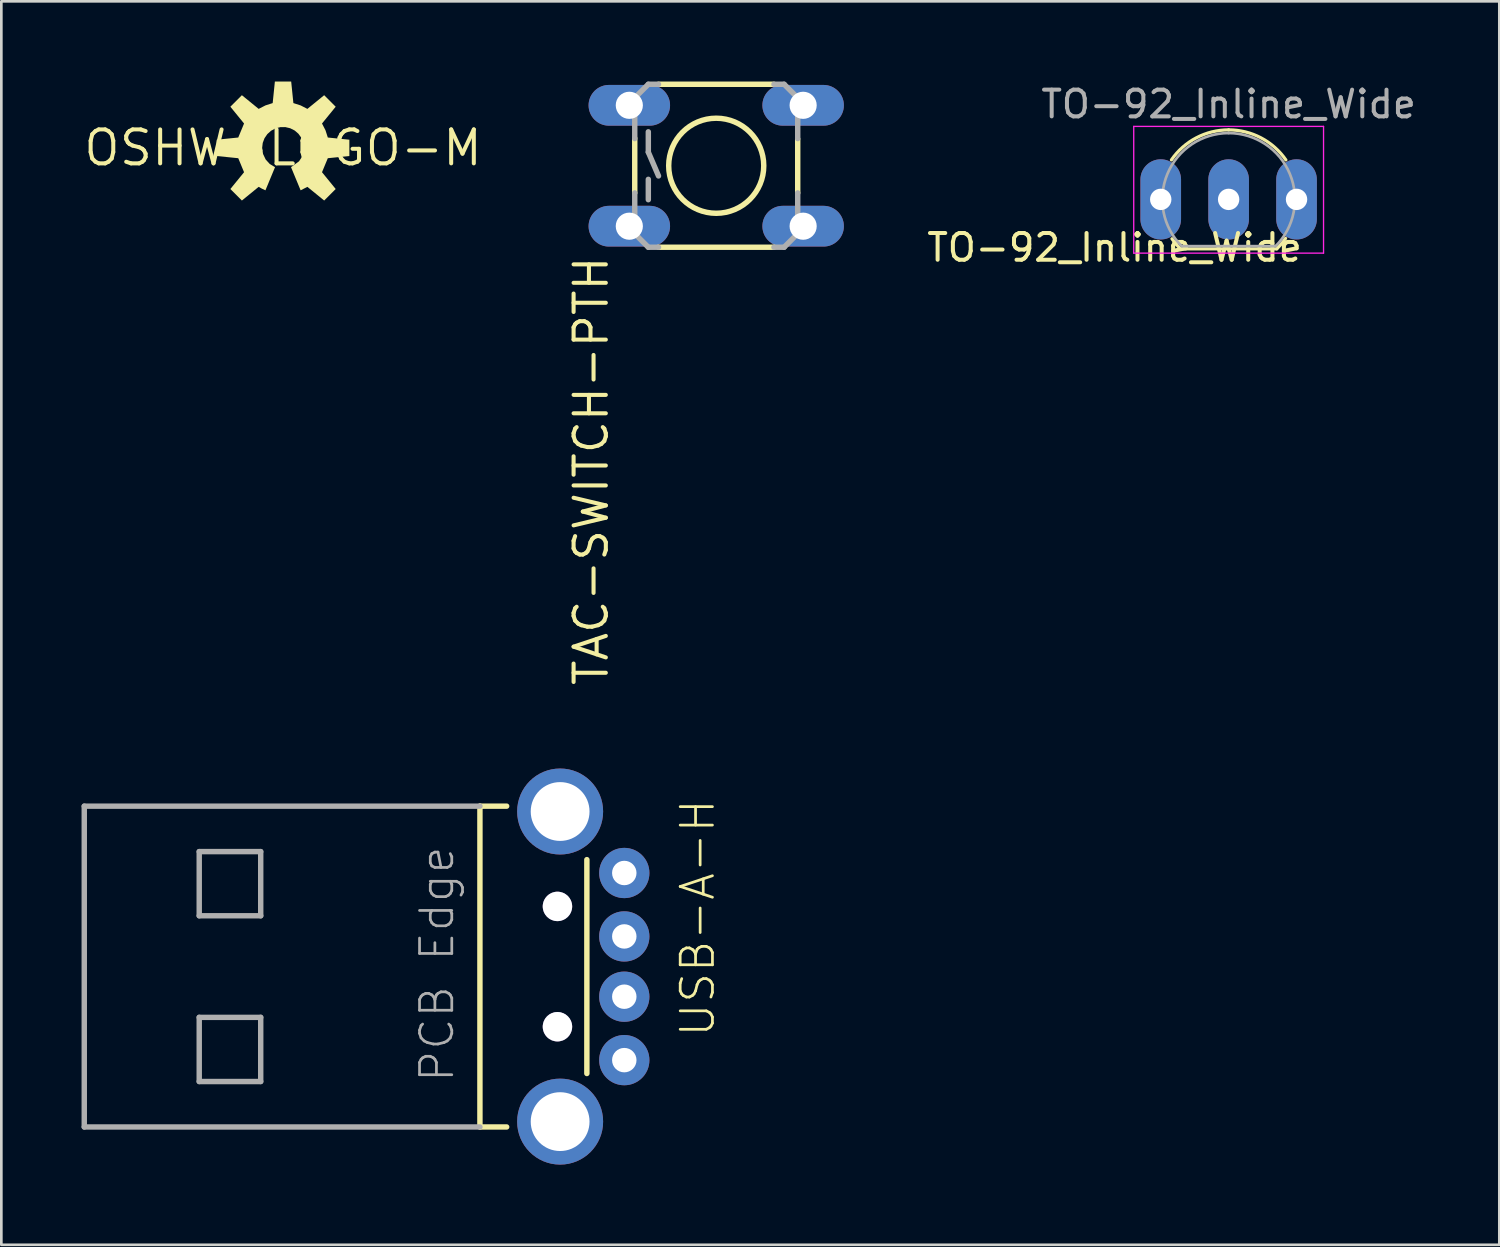
<source format=kicad_pcb>
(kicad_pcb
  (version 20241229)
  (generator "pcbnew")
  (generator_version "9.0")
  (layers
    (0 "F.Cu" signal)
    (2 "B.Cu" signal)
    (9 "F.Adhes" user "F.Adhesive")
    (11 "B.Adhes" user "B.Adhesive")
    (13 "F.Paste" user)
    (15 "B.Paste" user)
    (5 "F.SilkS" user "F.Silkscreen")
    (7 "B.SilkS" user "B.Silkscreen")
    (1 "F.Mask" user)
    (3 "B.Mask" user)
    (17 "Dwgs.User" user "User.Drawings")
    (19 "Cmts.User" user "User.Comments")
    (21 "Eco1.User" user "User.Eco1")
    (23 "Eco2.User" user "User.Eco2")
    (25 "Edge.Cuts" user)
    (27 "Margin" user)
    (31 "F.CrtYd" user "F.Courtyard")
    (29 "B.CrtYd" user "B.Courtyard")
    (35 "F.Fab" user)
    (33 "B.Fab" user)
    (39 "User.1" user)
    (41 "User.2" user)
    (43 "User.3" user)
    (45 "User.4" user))
  (footprint "OSHW-LOGO-M"
    (layer "F.Cu")
    (at 7.537 2.481)
    (property "Reference" "OSHW-LOGO-M" (at 0 0 0) (layer "F.SilkS") (effects (font (size 1.27 1.27) (thickness 0.15))))
    (attr through_hole)
    (fp_poly (pts (xy 0.658 1.588) (xy 0.911 1.458) (xy 1.539 1.97) (xy 1.97 1.539) (xy 1.458 0.911) (xy 1.675 0.387) (xy 2.481 0.305) (xy 2.481 -0.305) (xy 1.675 -0.387) (xy 1.588 -0.658) (xy 1.458 -0.911) (xy 1.97 -1.539) (xy 1.539 -1.97) (xy 0.911 -1.458) (xy 0.658 -1.588) (xy 0.387 -1.675) (xy 0.305 -2.481) (xy -0.305 -2.481) (xy -0.387 -1.675) (xy -0.658 -1.588) (xy -0.911 -1.458) (xy -1.539 -1.97) (xy -1.97 -1.539) (xy -1.458 -0.911) (xy -1.675 -0.387) (xy -2.481 -0.305) (xy -2.481 0.305) (xy -1.675 0.387) (xy -1.458 0.911) (xy -1.97 1.539) (xy -1.539 1.97) (xy -0.911 1.458) (xy -0.787 1.528) (xy -0.658 1.588) (xy -0.299 0.722) (xy -0.496 0.604) (xy -0.65 0.434) (xy -0.748 0.227) (xy -0.781 0) (xy -0.759 -0.186) (xy -0.693 -0.361) (xy -0.587 -0.515) (xy -0.448 -0.64) (xy -0.283 -0.728) (xy -0.102 -0.775) (xy 0.085 -0.777) (xy 0.267 -0.734) (xy 0.434 -0.65) (xy 0.576 -0.528) (xy 0.685 -0.376) (xy 0.755 -0.202) (xy 0.781 -0.017) (xy 0.763 0.169) (xy 0.701 0.346) (xy 0.599 0.502) (xy 0.299 0.722)) (stroke (width 0) (type solid)) (fill yes) (layer "F.SilkS")))
  (footprint "TAC-SWITCH-PTH"
    (layer "F.Cu")
    (at 23.741 3.15)
    (property "Reference" "TAC-SWITCH-PTH" (at -5.385 3.302 270) (layer "F.SilkS") (effects (font (size 1.206 1.206) (thickness 0.152)) (justify right top)))
    (attr through_hole)
    (fp_line (start -3.048 -1.028) (end -3.048 1.016) (stroke (width 0.203) (type solid)) (layer "F.SilkS"))
    (fp_line (start -2.159 3.048) (end 2.159 3.048) (stroke (width 0.203) (type solid)) (layer "F.SilkS"))
    (fp_line (start 2.159 -3.048) (end -2.159 -3.048) (stroke (width 0.203) (type solid)) (layer "F.SilkS"))
    (fp_line (start 3.048 -0.998) (end 3.048 1.016) (stroke (width 0.203) (type solid)) (layer "F.SilkS"))
    (fp_circle (center 0 0) (end 1.778 0) (stroke (width 0.203) (type solid)) (fill no) (layer "F.SilkS"))
    (fp_line (start -3.048 -2.54) (end -3.048 -1.016) (stroke (width 0.203) (type solid)) (layer "F.Fab"))
    (fp_line (start -3.048 2.54) (end -3.048 1.016) (stroke (width 0.203) (type solid)) (layer "F.Fab"))
    (fp_line (start -2.54 -3.048) (end -3.048 -2.54) (stroke (width 0.203) (type solid)) (layer "F.Fab"))
    (fp_line (start -2.54 -3.048) (end -2.159 -3.048) (stroke (width 0.203) (type solid)) (layer "F.Fab"))
    (fp_line (start -2.54 -1.27) (end -2.54 -0.508) (stroke (width 0.203) (type solid)) (layer "F.Fab"))
    (fp_line (start -2.54 -0.508) (end -2.159 0.381) (stroke (width 0.203) (type solid)) (layer "F.Fab"))
    (fp_line (start -2.54 0.508) (end -2.54 1.27) (stroke (width 0.203) (type solid)) (layer "F.Fab"))
    (fp_line (start -2.54 3.048) (end -3.048 2.54) (stroke (width 0.203) (type solid)) (layer "F.Fab"))
    (fp_line (start -2.54 3.048) (end -2.159 3.048) (stroke (width 0.203) (type solid)) (layer "F.Fab"))
    (fp_line (start 2.54 -3.048) (end 2.159 -3.048) (stroke (width 0.203) (type solid)) (layer "F.Fab"))
    (fp_line (start 2.54 3.048) (end 2.159 3.048) (stroke (width 0.203) (type solid)) (layer "F.Fab"))
    (fp_line (start 2.54 3.048) (end 3.048 2.54) (stroke (width 0.203) (type solid)) (layer "F.Fab"))
    (fp_line (start 3.048 -2.54) (end 2.54 -3.048) (stroke (width 0.203) (type solid)) (layer "F.Fab"))
    (fp_line (start 3.048 -1.016) (end 3.048 -2.54) (stroke (width 0.203) (type solid)) (layer "F.Fab"))
    (fp_line (start 3.048 2.54) (end 3.048 1.016) (stroke (width 0.203) (type solid)) (layer "F.Fab"))
    (pad "1" thru_hole oval (at -3.251 -2.261) (size 3.048 1.524) (drill 1.016) (layers "*.Cu" "*.Mask"))
    (pad "2" thru_hole oval (at 3.251 -2.261) (size 3.048 1.524) (drill 1.016) (layers "*.Cu" "*.Mask"))
    (pad "3" thru_hole oval (at -3.251 2.261) (size 3.048 1.524) (drill 1.016) (layers "*.Cu" "*.Mask"))
    (pad "4" thru_hole oval (at 3.251 2.261) (size 3.048 1.524) (drill 1.016) (layers "*.Cu" "*.Mask")))
  (footprint "TO-92_Inline_Wide"
    (layer "F.Cu")
    (at 40.368 4.408)
    (property "Reference" "TO-92_Inline_Wide" (at -1.727 1.803 180) (layer "F.SilkS") (effects (font (size 1 1) (thickness 0.15))))
    (attr through_hole)
    (fp_line (start 0.74 1.85) (end 4.34 1.85) (stroke (width 0.12) (type solid)) (layer "F.SilkS"))
    (fp_arc (start 0.399807 -1.476337) (mid 1.331381 -2.302007) (end 2.54 -2.6) (stroke (width 0.12) (type solid)) (layer "F.SilkS"))
    (fp_arc (start 0.74 1.85) (mid 0.571091 1.6691) (end 0.420284 1.472855) (stroke (width 0.12) (type solid)) (layer "F.SilkS"))
    (fp_arc (start 2.54 -2.6) (mid 3.74862 -2.302007) (end 4.680193 -1.476337) (stroke (width 0.12) (type solid)) (layer "F.SilkS"))
    (fp_arc (start 4.669301 1.458965) (mid 4.514355 1.662655) (end 4.34 1.85) (stroke (width 0.12) (type solid)) (layer "F.SilkS"))
    (fp_line (start -1.01 -2.73) (end -1.01 2.01) (stroke (width 0.05) (type solid)) (layer "F.CrtYd"))
    (fp_line (start -1.01 -2.73) (end 6.09 -2.73) (stroke (width 0.05) (type solid)) (layer "F.CrtYd"))
    (fp_line (start 6.09 2.01) (end -1.01 2.01) (stroke (width 0.05) (type solid)) (layer "F.CrtYd"))
    (fp_line (start 6.09 2.01) (end 6.09 -2.73) (stroke (width 0.05) (type solid)) (layer "F.CrtYd"))
    (fp_line (start 0.8 1.75) (end 4.3 1.75) (stroke (width 0.1) (type solid)) (layer "F.Fab"))
    (fp_arc (start 0.786375 1.753625) (mid 0.248779 -0.949055) (end 2.54 -2.48) (stroke (width 0.1) (type solid)) (layer "F.Fab"))
    (fp_arc (start 2.54 -2.48) (mid 4.831221 -0.949055) (end 4.293625 1.753625) (stroke (width 0.1) (type solid)) (layer "F.Fab"))
    (fp_text user "${REFERENCE}" (at 2.54 -3.56 180) (layer "F.Fab") (effects (font (size 1 1) (thickness 0.15))))
    (pad "1" thru_hole oval (at 0 0 90) (size 3 1.52) (drill 0.8) (layers "*.Cu" "*.Mask"))
    (pad "2" thru_hole oval (at 2.54 0 90) (size 3 1.52) (drill 0.8) (layers "*.Cu" "*.Mask"))
    (pad "3" thru_hole oval (at 5.08 0 90) (size 3 1.52) (drill 0.8) (layers "*.Cu" "*.Mask")))
  (footprint "USB-A-H"
    (layer "F.Cu")
    (at 17.902 33.105)
    (property "Reference" "USB-A-H" (at 5.85 2.7 90) (layer "F.SilkS") (effects (font (size 1.206 1.206) (thickness 0.102)) (justify left bottom)))
    (attr through_hole)
    (fp_line (start -3 -6) (end -3 6) (stroke (width 0.203) (type solid)) (layer "F.SilkS"))
    (fp_line (start -3 -6) (end -2 -6) (stroke (width 0.203) (type solid)) (layer "F.SilkS"))
    (fp_line (start -3 6) (end -2 6) (stroke (width 0.203) (type solid)) (layer "F.SilkS"))
    (fp_line (start 1 4) (end 1 -4) (stroke (width 0.203) (type solid)) (layer "F.SilkS"))
    (fp_line (start -17.8 -6) (end -17.8 6) (stroke (width 0.203) (type solid)) (layer "F.Fab"))
    (fp_line (start -13.5 -4.3) (end -13.5 -1.9) (stroke (width 0.203) (type solid)) (layer "F.Fab"))
    (fp_line (start -13.5 -1.9) (end -11.2 -1.9) (stroke (width 0.203) (type solid)) (layer "F.Fab"))
    (fp_line (start -13.5 1.9) (end -13.5 4.3) (stroke (width 0.203) (type solid)) (layer "F.Fab"))
    (fp_line (start -13.5 4.3) (end -11.2 4.3) (stroke (width 0.203) (type solid)) (layer "F.Fab"))
    (fp_line (start -11.2 -4.3) (end -13.5 -4.3) (stroke (width 0.203) (type solid)) (layer "F.Fab"))
    (fp_line (start -11.2 -1.9) (end -11.2 -4.3) (stroke (width 0.203) (type solid)) (layer "F.Fab"))
    (fp_line (start -11.2 1.9) (end -13.5 1.9) (stroke (width 0.203) (type solid)) (layer "F.Fab"))
    (fp_line (start -11.2 4.3) (end -11.2 1.9) (stroke (width 0.203) (type solid)) (layer "F.Fab"))
    (fp_line (start -3 -6) (end -17.8 -6) (stroke (width 0.203) (type solid)) (layer "F.Fab"))
    (fp_line (start -3 6) (end -17.8 6) (stroke (width 0.203) (type solid)) (layer "F.Fab"))
    (fp_text user "PCB Edge" (at -3.9 4.4 90) (layer "F.Fab") (effects (font (size 1.206 1.206) (thickness 0.102)) (justify left bottom)))
    (pad "" thru_hole circle (at -0.1 -2.25) (size 1.1 1.1) (drill 1.1) (layers "*.Cu" "*.Mask"))
    (pad "" thru_hole circle (at -0.1 2.25) (size 1.1 1.1) (drill 1.1) (layers "*.Cu" "*.Mask"))
    (pad "D+" thru_hole circle (at 2.4 -1.127 270) (size 1.88 1.88) (drill 0.914) (layers "*.Cu" "*.Mask"))
    (pad "D-" thru_hole circle (at 2.4 1.127 270) (size 1.88 1.88) (drill 0.914) (layers "*.Cu" "*.Mask"))
    (pad "GND" thru_hole circle (at 2.4 -3.5 270) (size 1.88 1.88) (drill 0.914) (layers "*.Cu" "*.Mask"))
    (pad "GND2" thru_hole circle (at 0 5.8 270) (size 3.216 3.216) (drill 2.2) (layers "*.Cu" "*.Mask"))
    (pad "GND3" thru_hole circle (at 0 -5.8 270) (size 3.216 3.216) (drill 2.2) (layers "*.Cu" "*.Mask"))
    (pad "VBUS" thru_hole circle (at 2.4 3.5 270) (size 1.88 1.88) (drill 0.914) (layers "*.Cu" "*.Mask")))
  (gr_rect
    (start -3 -3)
    (end 53.033 43.513)
    (stroke (width 0.1) (type default))
    (fill no)
    (layer "Edge.Cuts")))
</source>
